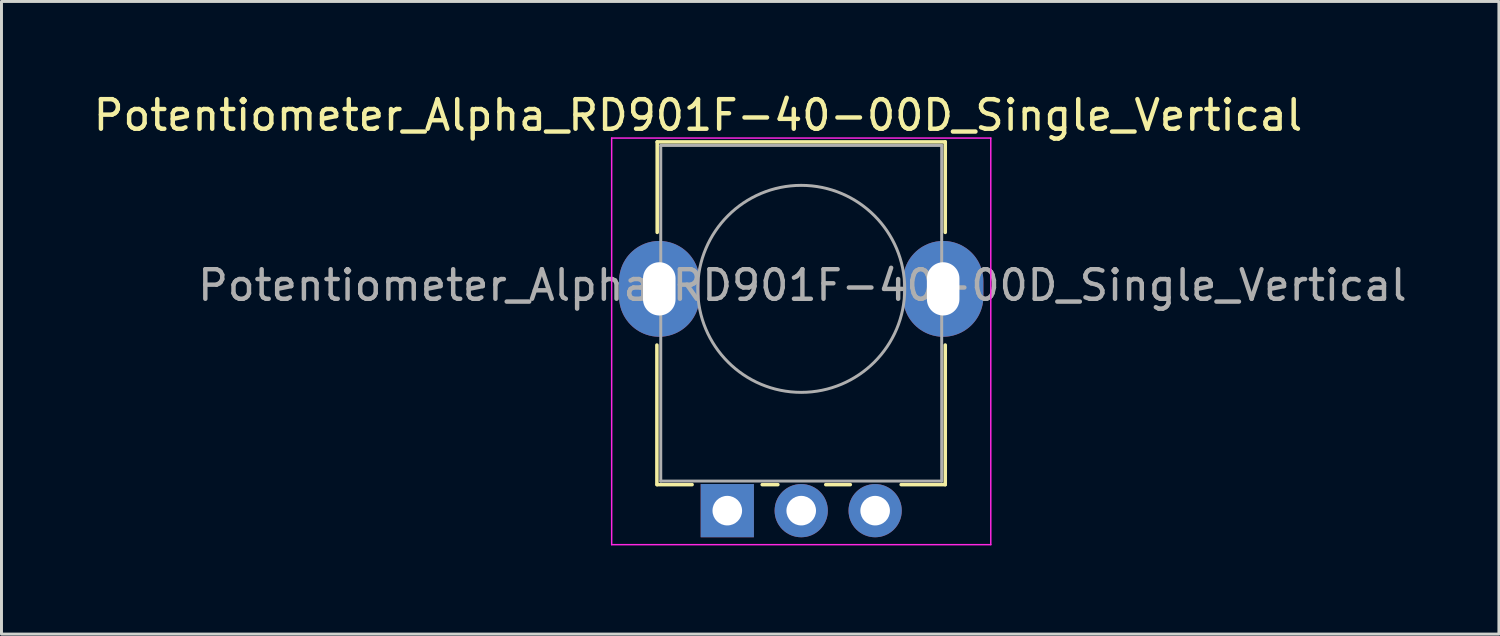
<source format=kicad_pcb>
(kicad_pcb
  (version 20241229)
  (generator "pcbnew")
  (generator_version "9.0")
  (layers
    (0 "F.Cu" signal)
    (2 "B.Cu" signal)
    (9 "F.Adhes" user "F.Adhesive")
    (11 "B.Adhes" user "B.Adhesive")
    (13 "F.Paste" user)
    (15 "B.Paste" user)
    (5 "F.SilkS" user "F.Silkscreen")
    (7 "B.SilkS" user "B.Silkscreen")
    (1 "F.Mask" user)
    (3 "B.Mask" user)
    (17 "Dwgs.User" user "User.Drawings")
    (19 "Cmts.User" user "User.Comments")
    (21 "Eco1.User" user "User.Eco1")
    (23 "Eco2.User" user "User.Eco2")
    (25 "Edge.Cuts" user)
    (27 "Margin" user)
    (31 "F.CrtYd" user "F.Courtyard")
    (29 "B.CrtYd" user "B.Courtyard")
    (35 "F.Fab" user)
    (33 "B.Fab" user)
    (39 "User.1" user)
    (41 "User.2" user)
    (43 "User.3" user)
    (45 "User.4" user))
  (footprint "Potentiometer_Alpha_RD901F-40-00D_Single_Vertical"
    (layer "F.Cu")
    (at 24.044 6.718)
    (property "Reference" "Potentiometer_Alpha_RD901F-40-00D_Single_Vertical" (at -3.49 -5.87 0) (layer "F.SilkS") (effects (font (size 1 1) (thickness 0.15))))
    (attr through_hole)
    (fp_line (start -4.88 6.62) (end -4.88 1.9) (stroke (width 0.12) (type solid)) (layer "F.SilkS"))
    (fp_line (start -4.87 -1.91) (end -4.87 -4.97) (stroke (width 0.12) (type solid)) (layer "F.SilkS"))
    (fp_line (start -3.69 6.62) (end -4.87 6.62) (stroke (width 0.12) (type solid)) (layer "F.SilkS"))
    (fp_line (start -0.79 6.62) (end -1.32 6.62) (stroke (width 0.12) (type solid)) (layer "F.SilkS"))
    (fp_line (start 1.66 6.62) (end 0.83 6.62) (stroke (width 0.12) (type solid)) (layer "F.SilkS"))
    (fp_line (start 4.87 -4.97) (end -4.87 -4.97) (stroke (width 0.12) (type solid)) (layer "F.SilkS"))
    (fp_line (start 4.87 -1.91) (end 4.87 -4.97) (stroke (width 0.12) (type solid)) (layer "F.SilkS"))
    (fp_line (start 4.87 6.62) (end 3.38 6.62) (stroke (width 0.12) (type solid)) (layer "F.SilkS"))
    (fp_line (start 4.87 6.62) (end 4.87 1.9) (stroke (width 0.12) (type solid)) (layer "F.SilkS"))
    (fp_line (start -6.41 -5.1) (end -6.41 8.65) (stroke (width 0.05) (type solid)) (layer "F.CrtYd"))
    (fp_line (start -6.41 8.65) (end 6.41 8.65) (stroke (width 0.05) (type solid)) (layer "F.CrtYd"))
    (fp_line (start 6.41 -5.1) (end -6.41 -5.1) (stroke (width 0.05) (type solid)) (layer "F.CrtYd"))
    (fp_line (start 6.41 8.65) (end 6.41 -5.1) (stroke (width 0.05) (type solid)) (layer "F.CrtYd"))
    (fp_line (start -4.75 6.5) (end -4.75 -4.85) (stroke (width 0.1) (type solid)) (layer "F.Fab"))
    (fp_line (start 4.75 -4.85) (end -4.75 -4.85) (stroke (width 0.1) (type solid)) (layer "F.Fab"))
    (fp_line (start 4.75 6.5) (end -4.75 6.5) (stroke (width 0.1) (type solid)) (layer "F.Fab"))
    (fp_line (start 4.75 6.5) (end 4.75 -4.85) (stroke (width 0.1) (type solid)) (layer "F.Fab"))
    (fp_circle (center 0 0) (end -3.5 0) (stroke (width 0.1) (type solid)) (fill no) (layer "F.Fab"))
    (fp_text user "${REFERENCE}" (at 0.04 -0.12 180) (layer "F.Fab") (effects (font (size 1 1) (thickness 0.15))))
    (pad "" thru_hole oval (at -4.8 0 180) (size 2.72 3.24) (drill oval 1.1 1.8) (layers "*.Cu" "*.Mask"))
    (pad "" thru_hole oval (at 4.8 0 180) (size 2.72 3.24) (drill oval 1.1 1.8) (layers "*.Cu" "*.Mask"))
    (pad "1" thru_hole rect (at -2.5 7.5 180) (size 1.8 1.8) (drill 1) (layers "*.Cu" "*.Mask"))
    (pad "2" thru_hole circle (at 0 7.5 180) (size 1.8 1.8) (drill 1) (layers "*.Cu" "*.Mask"))
    (pad "3" thru_hole circle (at 2.5 7.5 180) (size 1.8 1.8) (drill 1) (layers "*.Cu" "*.Mask")))
  (gr_rect
    (start -3 -3)
    (end 47.637 18.393)
    (stroke (width 0.1) (type default))
    (fill no)
    (layer "Edge.Cuts")))
</source>
